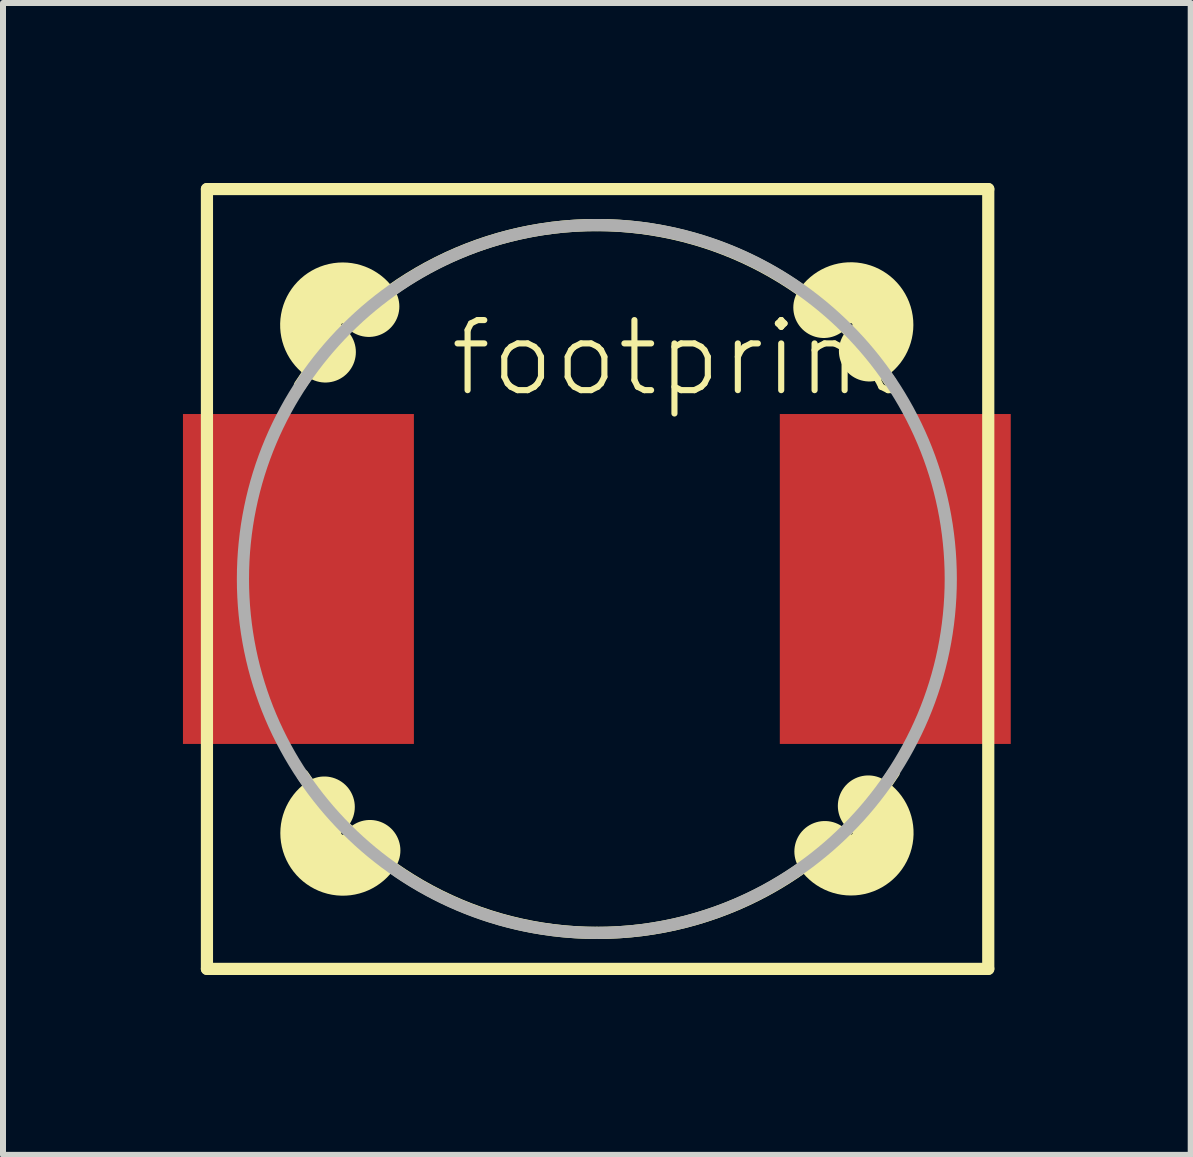
<source format=kicad_pcb>
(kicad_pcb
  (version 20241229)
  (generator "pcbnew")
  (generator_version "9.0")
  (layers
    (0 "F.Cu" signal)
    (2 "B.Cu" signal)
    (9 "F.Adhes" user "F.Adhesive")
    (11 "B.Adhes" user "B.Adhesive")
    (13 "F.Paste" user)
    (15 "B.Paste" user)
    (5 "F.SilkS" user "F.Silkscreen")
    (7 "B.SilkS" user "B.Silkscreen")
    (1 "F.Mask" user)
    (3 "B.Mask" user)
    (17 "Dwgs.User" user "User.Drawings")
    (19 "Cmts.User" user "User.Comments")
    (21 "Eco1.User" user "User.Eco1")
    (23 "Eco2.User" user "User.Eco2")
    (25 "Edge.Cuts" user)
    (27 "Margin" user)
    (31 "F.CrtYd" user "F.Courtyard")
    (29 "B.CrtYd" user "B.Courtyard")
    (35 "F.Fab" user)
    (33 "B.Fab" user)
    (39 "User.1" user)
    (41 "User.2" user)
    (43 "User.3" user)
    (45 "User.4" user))
  (footprint "footprint"
    (layer "F.Cu")
    (at 6.9 6.602)
    (property "Reference" "footprint" (at -2.5 -3 0) (layer "F.SilkS") (effects (font (size 1.168 1.168) (thickness 0.102)) (justify left bottom)))
    (fp_line (start -6.5 -6.5) (end 6.525 -6.5) (stroke (width 0.203) (type solid)) (layer "F.SilkS"))
    (fp_line (start -6.5 6.5) (end -6.5 -6.5) (stroke (width 0.203) (type solid)) (layer "F.SilkS"))
    (fp_line (start 6.525 -6.5) (end 6.525 6.5) (stroke (width 0.203) (type solid)) (layer "F.SilkS"))
    (fp_line (start 6.525 6.5) (end -6.5 6.5) (stroke (width 0.203) (type solid)) (layer "F.SilkS"))
    (fp_arc (start -4.95 -3.225) (mid -2.814412 -5.190572) (end 0 -5.9) (stroke (width 0.2032) (type solid)) (layer "F.SilkS"))
    (fp_arc (start -4.5254 -3.783) (mid -4.624306 -4.602932) (end -3.8006 -4.543099) (stroke (width 1.016) (type solid)) (layer "F.SilkS"))
    (fp_arc (start -3.783 4.5254) (mid -4.602932 4.624306) (end -4.543099 3.8006) (stroke (width 1.016) (type solid)) (layer "F.SilkS"))
    (fp_arc (start 0 -5.9) (mid 2.778519 -5.200736) (end 4.9 -3.275) (stroke (width 0.2032) (type solid)) (layer "F.SilkS"))
    (fp_arc (start 0 5.9) (mid -2.778519 5.200736) (end -4.9 3.275) (stroke (width 0.2032) (type solid)) (layer "F.SilkS"))
    (fp_arc (start 3.783 -4.5254) (mid 4.602932 -4.624306) (end 4.543099 -3.8006) (stroke (width 1.016) (type solid)) (layer "F.SilkS"))
    (fp_arc (start 4.5254 3.783) (mid 4.624306 4.602932) (end 3.8006 4.543099) (stroke (width 1.016) (type solid)) (layer "F.SilkS"))
    (fp_arc (start 4.95 3.225) (mid 2.814412 5.190572) (end 0 5.9) (stroke (width 0.2032) (type solid)) (layer "F.SilkS"))
    (fp_circle (center 0 0) (end 5.9 0) (stroke (width 0.203) (type solid)) (fill no) (layer "F.Fab"))
    (pad "1" smd rect (at -4.975 0) (size 3.85 5.5) (layers "F.Cu" "F.Mask" "F.Paste"))
    (pad "2" smd rect (at 4.975 0) (size 3.85 5.5) (layers "F.Cu" "F.Mask" "F.Paste")))
  (gr_rect
    (start -3 -3)
    (end 16.8 16.203)
    (stroke (width 0.1) (type default))
    (fill no)
    (layer "Edge.Cuts")))
</source>
